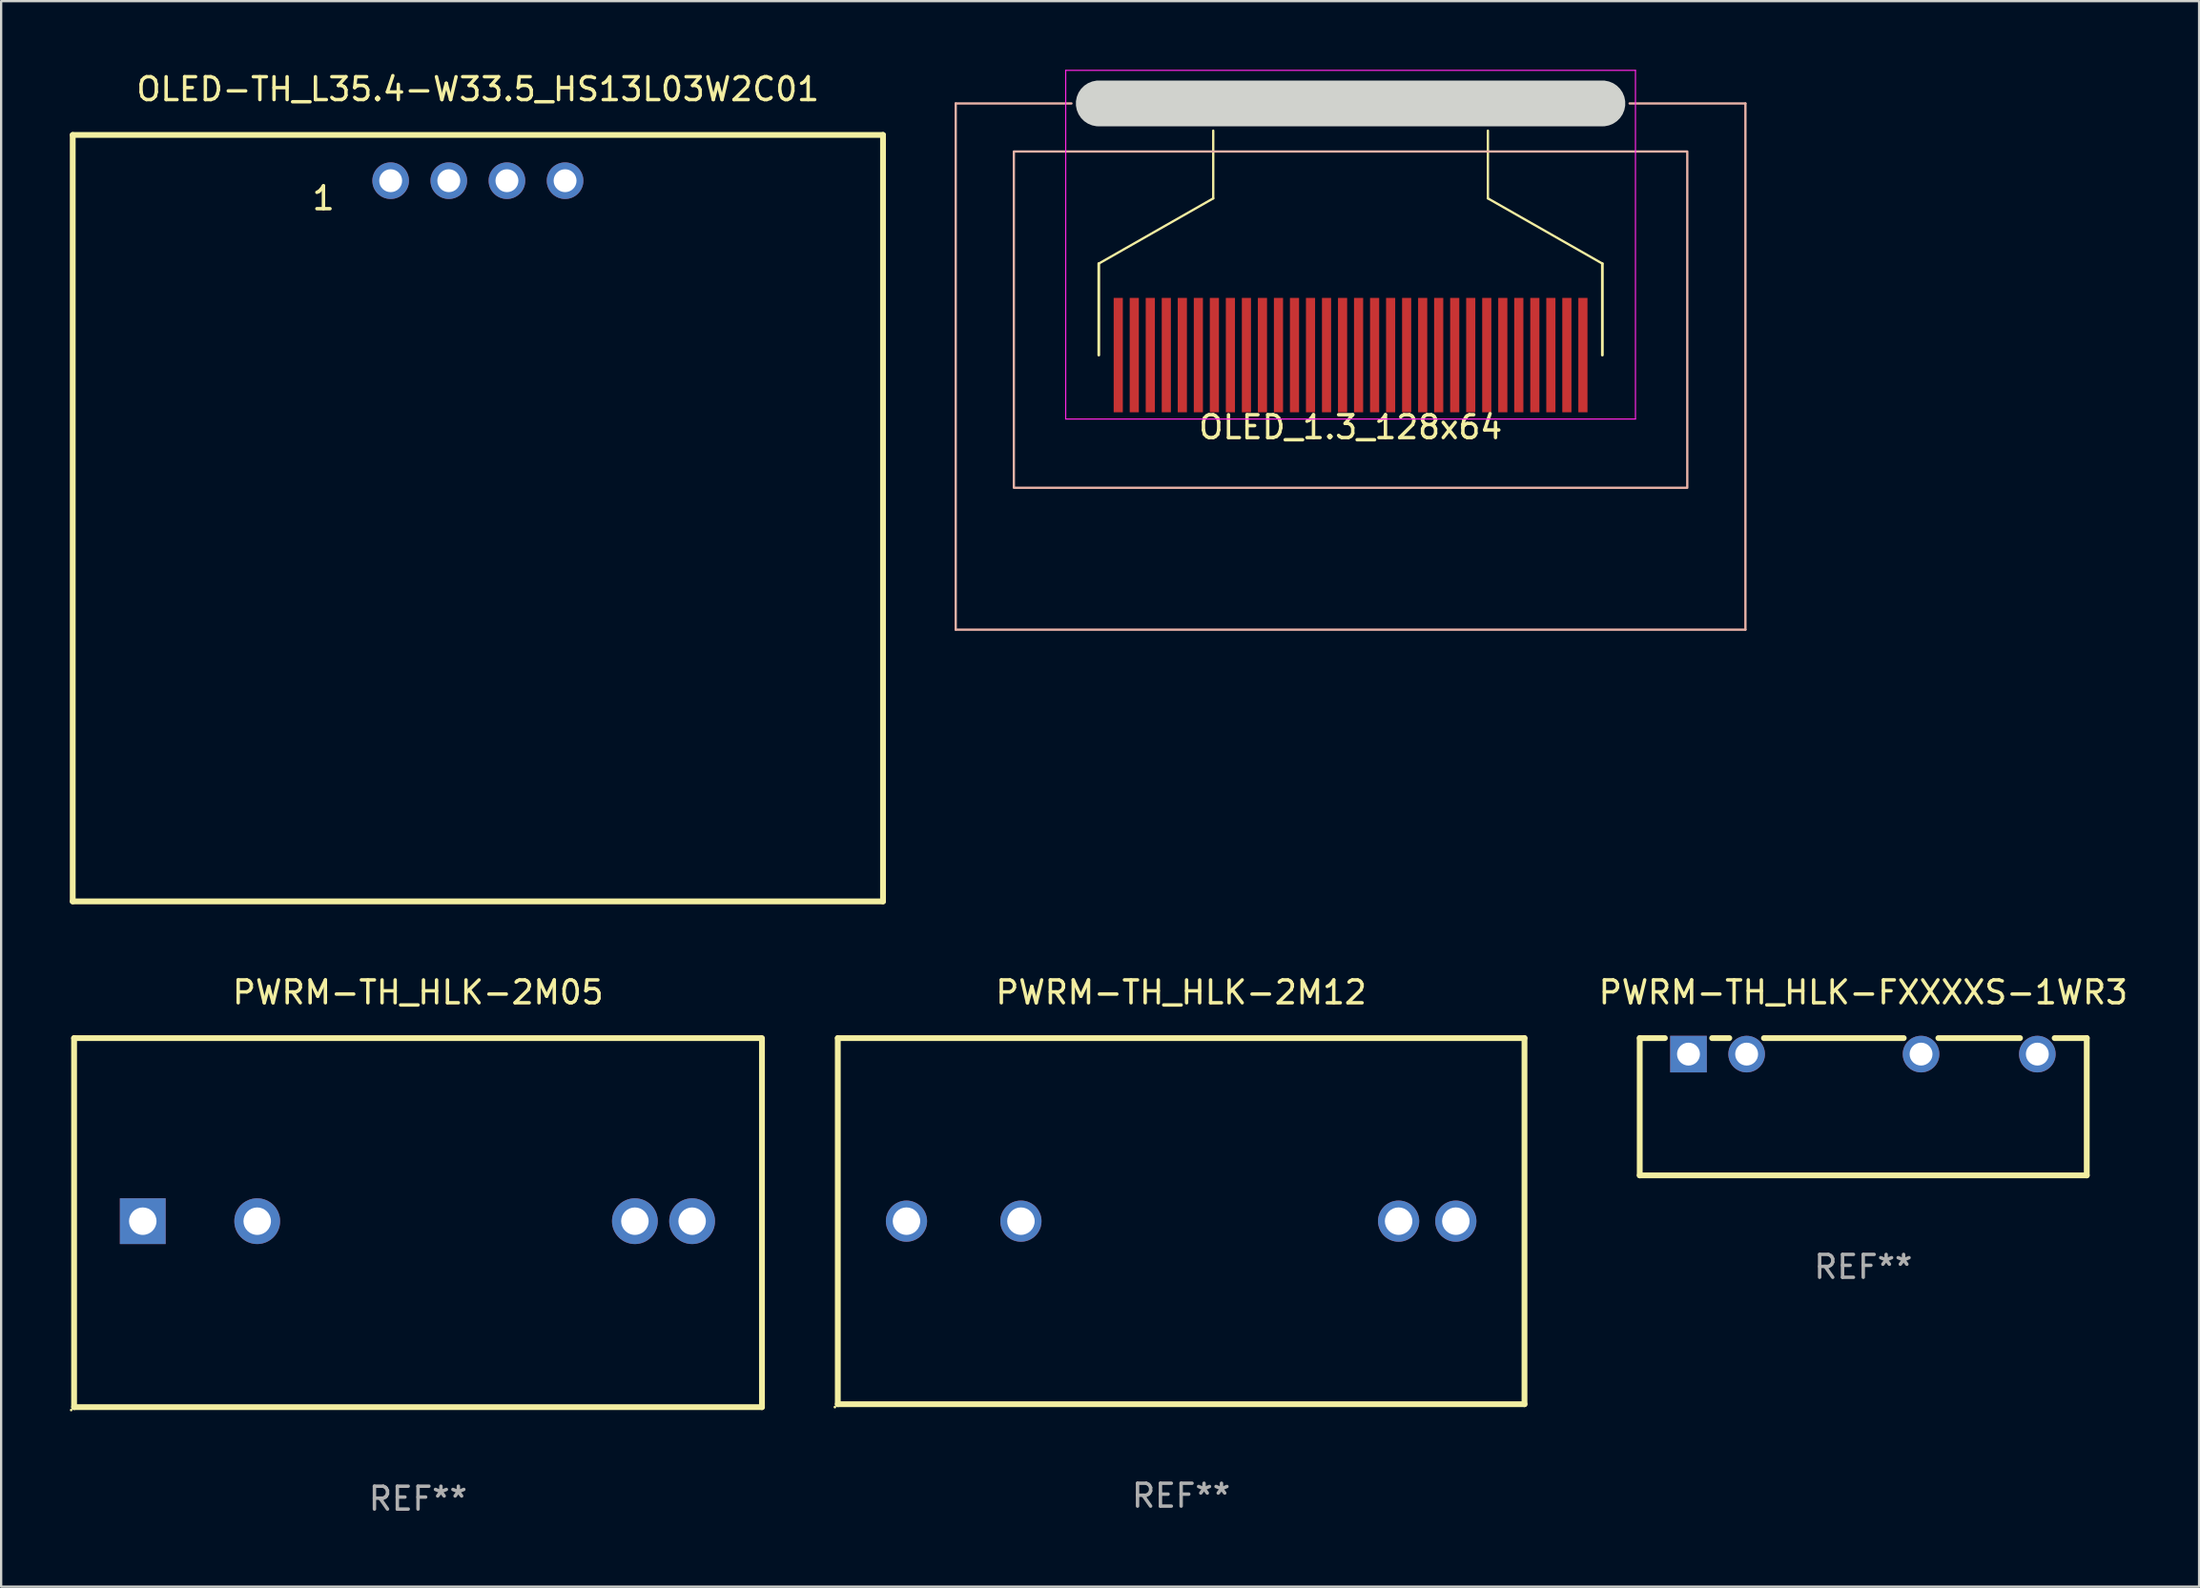
<source format=kicad_pcb>
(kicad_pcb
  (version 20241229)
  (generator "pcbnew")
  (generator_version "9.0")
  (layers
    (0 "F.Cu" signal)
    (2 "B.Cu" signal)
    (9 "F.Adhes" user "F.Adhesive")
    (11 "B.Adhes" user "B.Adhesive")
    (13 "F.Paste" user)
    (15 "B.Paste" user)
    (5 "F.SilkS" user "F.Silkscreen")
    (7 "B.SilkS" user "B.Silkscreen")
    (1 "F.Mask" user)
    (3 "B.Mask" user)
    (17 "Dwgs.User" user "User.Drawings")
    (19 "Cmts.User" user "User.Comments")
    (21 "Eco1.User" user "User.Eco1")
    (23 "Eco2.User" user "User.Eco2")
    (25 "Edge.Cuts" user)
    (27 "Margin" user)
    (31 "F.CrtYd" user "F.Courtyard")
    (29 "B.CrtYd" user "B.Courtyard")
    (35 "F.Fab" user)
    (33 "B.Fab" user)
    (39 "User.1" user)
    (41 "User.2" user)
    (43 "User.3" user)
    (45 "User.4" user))
  (footprint "PWRM-TH_HLK-2M12"
    (layer "F.Cu")
    (at 48.552 50.324)
    (property "Reference" "PWRM-TH_HLK-2M12" (at 0.000051 -10 0) (layer "F.SilkS") (effects (font (size 1 1) (thickness 0.15))))
    (attr through_hole)
    (fp_line (start -15 -8) (end -15 8) (stroke (width 0.254) (type solid)) (layer "F.SilkS"))
    (fp_line (start -15 -8) (end 15 -8) (stroke (width 0.254) (type solid)) (layer "F.SilkS"))
    (fp_line (start -15 8) (end 15 8) (stroke (width 0.254) (type solid)) (layer "F.SilkS"))
    (fp_line (start 15 -8) (end 15 8) (stroke (width 0.254) (type solid)) (layer "F.SilkS"))
    (fp_circle (center -15.127 8.127) (end -15.097 8.127) (stroke (width 0.06) (type solid)) (fill no) (layer "F.SilkS"))
    (fp_text user "REF**" (at 0.000051 12 0) (layer "F.Fab") (effects (font (size 1 1) (thickness 0.15))))
    (pad "1" thru_hole circle (at -12 0) (size 1.8 1.8) (drill 1.2) (layers "*.Cu" "*.Mask"))
    (pad "2" thru_hole circle (at -7 0) (size 1.8 1.8) (drill 1.2) (layers "*.Cu" "*.Mask"))
    (pad "3" thru_hole circle (at 9.5 0) (size 1.8 1.8) (drill 1.2) (layers "*.Cu" "*.Mask"))
    (pad "4" thru_hole circle (at 12 0) (size 1.8 1.8) (drill 1.2) (layers "*.Cu" "*.Mask")))
  (footprint "PWRM-TH_HLK-2M05"
    (layer "F.Cu")
    (at 15.187 50.325)
    (property "Reference" "PWRM-TH_HLK-2M05" (at 0.026 -10.001 0) (layer "F.SilkS") (effects (font (size 1 1) (thickness 0.15))))
    (attr through_hole)
    (fp_line (start -15 -8.001) (end -15 8.128) (stroke (width 0.254) (type solid)) (layer "F.SilkS"))
    (fp_line (start -15 8.128) (end 15.051 8.128) (stroke (width 0.254) (type solid)) (layer "F.SilkS"))
    (fp_line (start 15 -8.001) (end -15 -8.001) (stroke (width 0.254) (type solid)) (layer "F.SilkS"))
    (fp_line (start 15.051 8.128) (end 15.051 -8.001) (stroke (width 0.254) (type solid)) (layer "F.SilkS"))
    (fp_circle (center -15.127 8.255) (end -15.097 8.255) (stroke (width 0.06) (type solid)) (fill no) (layer "F.SilkS"))
    (fp_text user "REF**" (at 0.026 12.128 0) (layer "F.Fab") (effects (font (size 1 1) (thickness 0.15))))
    (pad "1" thru_hole rect (at -12 0) (size 2 2) (drill 1.2) (layers "*.Cu" "*.Mask"))
    (pad "2" thru_hole circle (at -7 0) (size 2 2) (drill 1.2) (layers "*.Cu" "*.Mask"))
    (pad "3" thru_hole circle (at 9.5 0) (size 2 2) (drill 1.2) (layers "*.Cu" "*.Mask"))
    (pad "4" thru_hole circle (at 12 0) (size 2 2) (drill 1.2) (layers "*.Cu" "*.Mask")))
  (footprint "OLED-TH_L35.4-W33.5_HS13L03W2C01"
    (layer "F.Cu")
    (at 17.827 4.848)
    (property "Reference" "OLED-TH_L35.4-W33.5_HS13L03W2C01" (at 0 -4 0) (layer "F.SilkS") (effects (font (size 1 1) (thickness 0.15))))
    (attr through_hole)
    (fp_line (start -17.7 -2) (end 17.7 -2) (stroke (width 0.254) (type solid)) (layer "F.SilkS"))
    (fp_line (start -17.7 31.5) (end -17.7 -1.996) (stroke (width 0.254) (type solid)) (layer "F.SilkS"))
    (fp_line (start 17.7 -2) (end 17.7 31.5) (stroke (width 0.254) (type solid)) (layer "F.SilkS"))
    (fp_line (start 17.7 31.5) (end -17.7 31.5) (stroke (width 0.254) (type solid)) (layer "F.SilkS"))
    (fp_text user "1" (at -6.746 0.768 0) (layer "F.SilkS") (effects (font (size 1 1) (thickness 0.15))))
    (pad "1" thru_hole circle (at -3.81 0) (size 1.6 1.6) (drill 1) (layers "*.Cu" "*.Mask"))
    (pad "2" thru_hole circle (at -1.27 0) (size 1.6 1.6) (drill 1) (layers "*.Cu" "*.Mask"))
    (pad "3" thru_hole circle (at 1.27 0) (size 1.6 1.6) (drill 1) (layers "*.Cu" "*.Mask"))
    (pad "4" thru_hole circle (at 3.81 0) (size 1.6 1.6) (drill 1) (layers "*.Cu" "*.Mask")))
  (footprint "OLED_1.3_128x64"
    (layer "F.Cu")
    (at 55.952 10.915)
    (property "Reference" "OLED_1.3_128x64" (at 0.002 4.706 0) (unlocked yes) (layer "F.SilkS") (effects (font (size 1 1) (thickness 0.15))))
    (attr smd)
    (fp_line (start -10.998 1.556) (end -10.998 -2.444) (stroke (width 0.12) (type default)) (layer "F.SilkS"))
    (fp_line (start -5.998 -5.294) (end -10.998 -2.444) (stroke (width 0.1) (type default)) (layer "F.SilkS"))
    (fp_line (start -5.998 -5.294) (end -5.998 -8.255) (stroke (width 0.1) (type default)) (layer "F.SilkS"))
    (fp_line (start 6.002 -5.294) (end 6.002 -8.255) (stroke (width 0.1) (type default)) (layer "F.SilkS"))
    (fp_line (start 6.002 -5.294) (end 11.002 -2.444) (stroke (width 0.1) (type default)) (layer "F.SilkS"))
    (fp_line (start 11.002 1.556) (end 11.002 -2.444) (stroke (width 0.12) (type default)) (layer "F.SilkS"))
    (fp_line (start -17.248 -9.444) (end -12.192 -9.444) (stroke (width 0.1) (type default)) (layer "B.SilkS"))
    (fp_line (start -17.248 13.556) (end -17.248 -9.444) (stroke (width 0.1) (type default)) (layer "B.SilkS"))
    (fp_line (start 17.252 -9.444) (end 12.192 -9.444) (stroke (width 0.1) (type default)) (layer "B.SilkS"))
    (fp_line (start 17.252 -9.444) (end 17.252 13.556) (stroke (width 0.1) (type default)) (layer "B.SilkS"))
    (fp_line (start 17.252 13.556) (end -17.248 13.556) (stroke (width 0.1) (type default)) (layer "B.SilkS"))
    (fp_rect (start -14.708 -7.344) (end 14.712 7.356) (stroke (width 0.1) (type default)) (fill no) (layer "B.SilkS"))
    (fp_poly (pts (xy -10.998 -8.444) (xy -11.096 -8.446) (xy -11.289 -8.485) (xy -11.471 -8.56) (xy -11.634 -8.669) (xy -11.773 -8.808) (xy -11.882 -8.971) (xy -11.957 -9.153) (xy -11.996 -9.346) (xy -11.996 -9.542) (xy -11.957 -9.735) (xy -11.882 -9.917) (xy -11.773 -10.08) (xy -11.634 -10.219) (xy -11.471 -10.328) (xy -11.289 -10.403) (xy -11.096 -10.442) (xy -10.998 -10.444) (xy 11.002 -10.444) (xy 11.1 -10.442) (xy 11.293 -10.403) (xy 11.475 -10.328) (xy 11.638 -10.219) (xy 11.777 -10.08) (xy 11.886 -9.917) (xy 11.961 -9.735) (xy 12 -9.542) (xy 12 -9.346) (xy 11.961 -9.153) (xy 11.886 -8.971) (xy 11.777 -8.808) (xy 11.638 -8.669) (xy 11.475 -8.56) (xy 11.293 -8.485) (xy 11.1 -8.446) (xy 11.002 -8.444)) (stroke (width 0) (type solid)) (fill yes) (layer "Edge.Cuts"))
    (fp_line (start -12.444 -10.89) (end -12.444 4.35) (stroke (width 0.05) (type default)) (layer "F.CrtYd"))
    (fp_line (start -12.444 -10.89) (end 12.448 -10.89) (stroke (width 0.05) (type default)) (layer "F.CrtYd"))
    (fp_line (start -12.444 4.35) (end 12.448 4.35) (stroke (width 0.05) (type default)) (layer "F.CrtYd"))
    (fp_line (start 12.448 -10.89) (end 12.448 4.35) (stroke (width 0.05) (type default)) (layer "F.CrtYd"))
    (pad "1" smd rect (at -10.148 1.556) (size 0.4 5) (layers "F.Cu" "F.Mask" "F.Paste"))
    (pad "2" smd rect (at -9.448 1.556) (size 0.4 5) (layers "F.Cu" "F.Mask" "F.Paste"))
    (pad "3" smd rect (at -8.748 1.556) (size 0.4 5) (layers "F.Cu" "F.Mask" "F.Paste"))
    (pad "4" smd rect (at -8.048 1.556) (size 0.4 5) (layers "F.Cu" "F.Mask" "F.Paste"))
    (pad "5" smd rect (at -7.348 1.556) (size 0.4 5) (layers "F.Cu" "F.Mask" "F.Paste"))
    (pad "6" smd rect (at -6.648 1.556) (size 0.4 5) (layers "F.Cu" "F.Mask" "F.Paste"))
    (pad "7" smd rect (at -5.948 1.556) (size 0.4 5) (layers "F.Cu" "F.Mask" "F.Paste"))
    (pad "8" smd rect (at -5.248 1.556) (size 0.4 5) (layers "F.Cu" "F.Mask" "F.Paste"))
    (pad "9" smd rect (at -4.548 1.556) (size 0.4 5) (layers "F.Cu" "F.Mask" "F.Paste"))
    (pad "10" smd rect (at -3.848 1.556) (size 0.4 5) (layers "F.Cu" "F.Mask" "F.Paste"))
    (pad "11" smd rect (at -3.148 1.556) (size 0.4 5) (layers "F.Cu" "F.Mask" "F.Paste"))
    (pad "12" smd rect (at -2.448 1.556) (size 0.4 5) (layers "F.Cu" "F.Mask" "F.Paste"))
    (pad "13" smd rect (at -1.748 1.556) (size 0.4 5) (layers "F.Cu" "F.Mask" "F.Paste"))
    (pad "14" smd rect (at -1.048 1.556) (size 0.4 5) (layers "F.Cu" "F.Mask" "F.Paste"))
    (pad "15" smd rect (at -0.348 1.556) (size 0.4 5) (layers "F.Cu" "F.Mask" "F.Paste"))
    (pad "16" smd rect (at 0.352 1.556) (size 0.4 5) (layers "F.Cu" "F.Mask" "F.Paste"))
    (pad "17" smd rect (at 1.052 1.556) (size 0.4 5) (layers "F.Cu" "F.Mask" "F.Paste"))
    (pad "18" smd rect (at 1.752 1.556) (size 0.4 5) (layers "F.Cu" "F.Mask" "F.Paste"))
    (pad "19" smd rect (at 2.452 1.556) (size 0.4 5) (layers "F.Cu" "F.Mask" "F.Paste"))
    (pad "20" smd rect (at 3.152 1.556) (size 0.4 5) (layers "F.Cu" "F.Mask" "F.Paste"))
    (pad "21" smd rect (at 3.852 1.556) (size 0.4 5) (layers "F.Cu" "F.Mask" "F.Paste"))
    (pad "22" smd rect (at 4.552 1.556) (size 0.4 5) (layers "F.Cu" "F.Mask" "F.Paste"))
    (pad "23" smd rect (at 5.252 1.556) (size 0.4 5) (layers "F.Cu" "F.Mask" "F.Paste"))
    (pad "24" smd rect (at 5.952 1.556) (size 0.4 5) (layers "F.Cu" "F.Mask" "F.Paste"))
    (pad "25" smd rect (at 6.652 1.556) (size 0.4 5) (layers "F.Cu" "F.Mask" "F.Paste"))
    (pad "26" smd rect (at 7.352 1.556) (size 0.4 5) (layers "F.Cu" "F.Mask" "F.Paste"))
    (pad "27" smd rect (at 8.052 1.556) (size 0.4 5) (layers "F.Cu" "F.Mask" "F.Paste"))
    (pad "28" smd rect (at 8.752 1.556) (size 0.4 5) (layers "F.Cu" "F.Mask" "F.Paste"))
    (pad "29" smd rect (at 9.452 1.556) (size 0.4 5) (layers "F.Cu" "F.Mask" "F.Paste"))
    (pad "30" smd rect (at 10.152 1.556) (size 0.4 5) (layers "F.Cu" "F.Mask" "F.Paste")))
  (footprint "PWRM-TH_HLK-FXXXXS-1WR3"
    (layer "F.Cu")
    (at 78.337 43.023)
    (property "Reference" "PWRM-TH_HLK-FXXXXS-1WR3" (at 0.015 -2.7 0) (layer "F.SilkS") (effects (font (size 1 1) (thickness 0.15))))
    (attr through_hole)
    (fp_line (start -9.75 -0.7) (end -9.75 5.3) (stroke (width 0.254) (type solid)) (layer "F.SilkS"))
    (fp_line (start -9.75 -0.7) (end -8.651 -0.7) (stroke (width 0.254) (type solid)) (layer "F.SilkS"))
    (fp_line (start -9.75 5.3) (end 9.779 5.3) (stroke (width 0.254) (type solid)) (layer "F.SilkS"))
    (fp_line (start -6.589 -0.7) (end -5.836 -0.7) (stroke (width 0.254) (type solid)) (layer "F.SilkS"))
    (fp_line (start -4.324 -0.7) (end 1.784 -0.7) (stroke (width 0.254) (type solid)) (layer "F.SilkS"))
    (fp_line (start 3.296 -0.7) (end 6.864 -0.7) (stroke (width 0.254) (type solid)) (layer "F.SilkS"))
    (fp_line (start 8.376 -0.7) (end 9.779 -0.7) (stroke (width 0.254) (type solid)) (layer "F.SilkS"))
    (fp_line (start 9.779 5.3) (end 9.779 -0.7) (stroke (width 0.254) (type solid)) (layer "F.SilkS"))
    (fp_circle (center -9.75 5.3) (end -9.72 5.3) (stroke (width 0.06) (type solid)) (fill no) (layer "F.SilkS"))
    (fp_text user "REF**" (at 0.015 9.3 0) (layer "F.Fab") (effects (font (size 1 1) (thickness 0.15))))
    (pad "1" thru_hole rect (at -7.62 0) (size 1.6 1.6) (drill 1) (layers "*.Cu" "*.Mask"))
    (pad "2" thru_hole circle (at -5.08 0) (size 1.6 1.6) (drill 1) (layers "*.Cu" "*.Mask"))
    (pad "5" thru_hole circle (at 2.54 0) (size 1.6 1.6) (drill 1) (layers "*.Cu" "*.Mask"))
    (pad "7" thru_hole circle (at 7.62 0) (size 1.6 1.6) (drill 1) (layers "*.Cu" "*.Mask")))
  (gr_rect
    (start -3 -3)
    (end 93.024 66.301)
    (stroke (width 0.1) (type default))
    (fill no)
    (layer "Edge.Cuts")))
</source>
